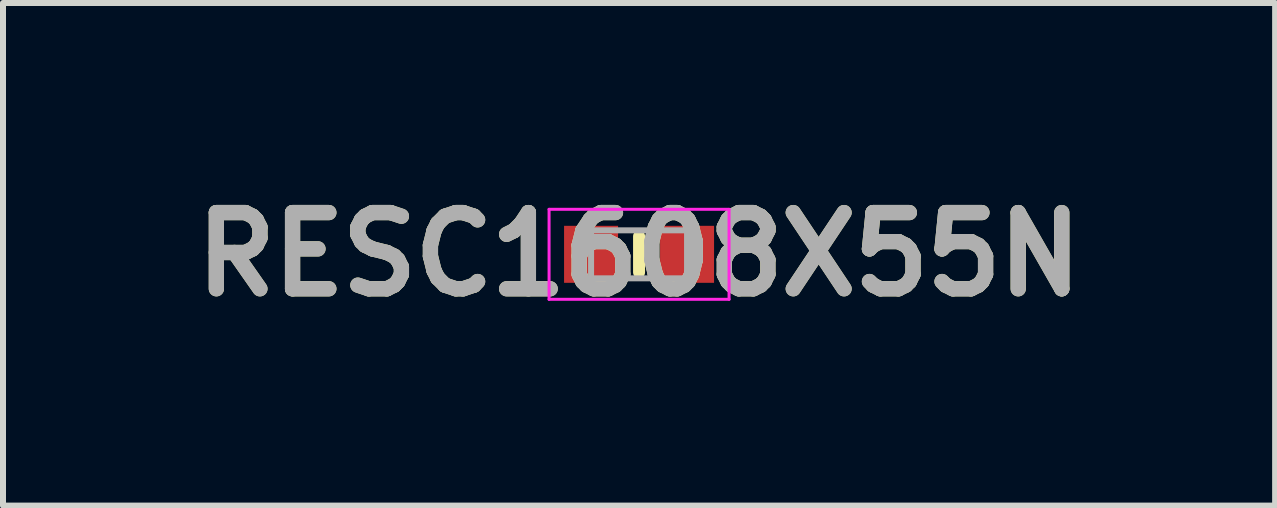
<source format=kicad_pcb>
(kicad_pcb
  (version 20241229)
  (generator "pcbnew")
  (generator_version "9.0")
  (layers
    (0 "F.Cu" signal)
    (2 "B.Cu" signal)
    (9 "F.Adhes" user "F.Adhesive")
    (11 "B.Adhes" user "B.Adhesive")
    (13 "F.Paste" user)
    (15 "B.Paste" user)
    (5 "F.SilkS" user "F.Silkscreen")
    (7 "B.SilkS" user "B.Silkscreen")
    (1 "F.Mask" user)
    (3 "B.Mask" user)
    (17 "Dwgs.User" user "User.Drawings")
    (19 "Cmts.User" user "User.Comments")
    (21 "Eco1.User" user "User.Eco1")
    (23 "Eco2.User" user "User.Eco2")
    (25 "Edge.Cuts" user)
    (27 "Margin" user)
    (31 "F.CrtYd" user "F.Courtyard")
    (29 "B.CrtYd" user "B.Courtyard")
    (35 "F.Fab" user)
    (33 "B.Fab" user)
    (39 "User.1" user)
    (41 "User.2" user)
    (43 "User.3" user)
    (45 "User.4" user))
  (footprint "RESC1608X55N"
    (layer "F.Cu")
    (at 7.602 1.189)
    (property "Reference" "RESC1608X55N" (at 0 0 0) (layer "F.SilkS") (effects (font (size 1.27 1.27) (thickness 0.254))))
    (attr smd)
    (fp_line (start 0 -0.3) (end 0 0.3) (stroke (width 0.2) (type solid)) (layer "F.SilkS"))
    (fp_line (start -1.5 -0.75) (end 1.5 -0.75) (stroke (width 0.05) (type solid)) (layer "F.CrtYd"))
    (fp_line (start -1.5 0.75) (end -1.5 -0.75) (stroke (width 0.05) (type solid)) (layer "F.CrtYd"))
    (fp_line (start 1.5 -0.75) (end 1.5 0.75) (stroke (width 0.05) (type solid)) (layer "F.CrtYd"))
    (fp_line (start 1.5 0.75) (end -1.5 0.75) (stroke (width 0.05) (type solid)) (layer "F.CrtYd"))
    (fp_line (start -0.8 -0.4) (end 0.8 -0.4) (stroke (width 0.1) (type solid)) (layer "F.Fab"))
    (fp_line (start -0.8 0.4) (end -0.8 -0.4) (stroke (width 0.1) (type solid)) (layer "F.Fab"))
    (fp_line (start 0.8 -0.4) (end 0.8 0.4) (stroke (width 0.1) (type solid)) (layer "F.Fab"))
    (fp_line (start 0.8 0.4) (end -0.8 0.4) (stroke (width 0.1) (type solid)) (layer "F.Fab"))
    (fp_text user "${REFERENCE}" (at 0 0 0) (layer "F.Fab") (effects (font (size 1.27 1.27) (thickness 0.254))))
    (pad "1" smd rect (at -0.8 0) (size 0.9 0.95) (layers "F.Cu" "F.Mask" "F.Paste"))
    (pad "2" smd rect (at 0.8 0) (size 0.9 0.95) (layers "F.Cu" "F.Mask" "F.Paste")))
  (gr_rect
    (start -3 -3)
    (end 18.204 5.377)
    (stroke (width 0.1) (type default))
    (fill no)
    (layer "Edge.Cuts")))
</source>
